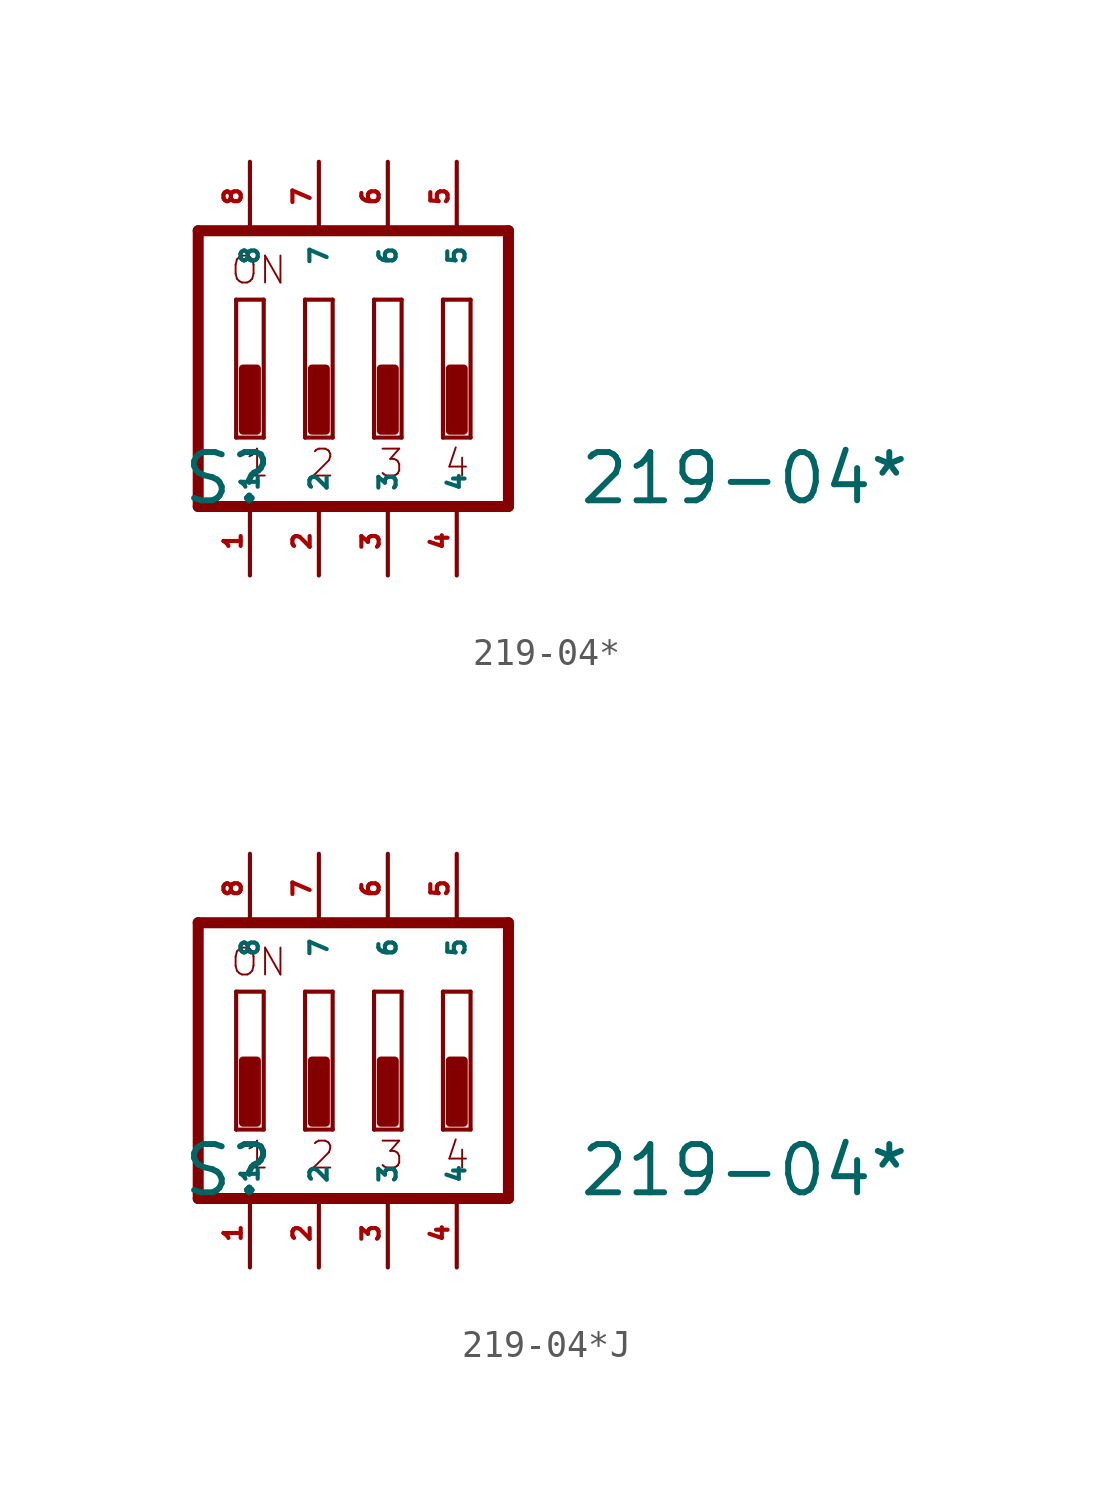
<source format=kicad_sym>
(kicad_symbol_lib
  (version 20220914)
  (generator Eagle2Kicad)
  (symbol "219-04*"
    (property "Reference" "S"
      (at -5.08 -5.08 0)
      (effects (font (size 1.778 1.778) (thickness 0.22)) (justify left bottom)))
    (property "Value" "219-04*"
      (at 9.525 -5.08 0)
      (effects (font (size 1.778 1.778) (thickness 0.22)) (justify left bottom)))
    (polyline
      (pts (xy 6.985 5.08) (xy -4.445 5.08))
      (stroke (width 0.406) (type default))
      (fill (type none)))
    (polyline
      (pts (xy -4.445 5.08) (xy -4.445 -5.08))
      (stroke (width 0.406) (type default))
      (fill (type none)))
    (polyline
      (pts (xy -4.445 -5.08) (xy 6.985 -5.08))
      (stroke (width 0.406) (type default))
      (fill (type none)))
    (polyline
      (pts (xy 6.985 -5.08) (xy 6.985 5.08))
      (stroke (width 0.406) (type default))
      (fill (type none)))
    (polyline
      (pts (xy -2.032 -2.54) (xy -3.048 -2.54))
      (stroke (width 0.152) (type default))
      (fill (type none)))
    (polyline
      (pts (xy -3.048 2.54) (xy -2.032 2.54))
      (stroke (width 0.152) (type default))
      (fill (type none)))
    (polyline
      (pts (xy -2.032 2.54) (xy -2.032 -2.54))
      (stroke (width 0.152) (type default))
      (fill (type none)))
    (polyline
      (pts (xy -3.048 -2.54) (xy -3.048 2.54))
      (stroke (width 0.152) (type default))
      (fill (type none)))
    (polyline
      (pts (xy 0.508 -2.54) (xy -0.508 -2.54))
      (stroke (width 0.152) (type default))
      (fill (type none)))
    (polyline
      (pts (xy -0.508 2.54) (xy 0.508 2.54))
      (stroke (width 0.152) (type default))
      (fill (type none)))
    (polyline
      (pts (xy 0.508 2.54) (xy 0.508 -2.54))
      (stroke (width 0.152) (type default))
      (fill (type none)))
    (polyline
      (pts (xy -0.508 -2.54) (xy -0.508 2.54))
      (stroke (width 0.152) (type default))
      (fill (type none)))
    (polyline
      (pts (xy 3.048 -2.54) (xy 2.032 -2.54))
      (stroke (width 0.152) (type default))
      (fill (type none)))
    (polyline
      (pts (xy 2.032 2.54) (xy 3.048 2.54))
      (stroke (width 0.152) (type default))
      (fill (type none)))
    (polyline
      (pts (xy 3.048 2.54) (xy 3.048 -2.54))
      (stroke (width 0.152) (type default))
      (fill (type none)))
    (polyline
      (pts (xy 2.032 -2.54) (xy 2.032 2.54))
      (stroke (width 0.152) (type default))
      (fill (type none)))
    (polyline
      (pts (xy 5.588 -2.54) (xy 4.572 -2.54))
      (stroke (width 0.152) (type default))
      (fill (type none)))
    (polyline
      (pts (xy 4.572 2.54) (xy 5.588 2.54))
      (stroke (width 0.152) (type default))
      (fill (type none)))
    (polyline
      (pts (xy 5.588 2.54) (xy 5.588 -2.54))
      (stroke (width 0.152) (type default))
      (fill (type none)))
    (polyline
      (pts (xy 4.572 -2.54) (xy 4.572 2.54))
      (stroke (width 0.152) (type default))
      (fill (type none)))
    (text "1"
      (at -2.794 -4.064 0)
      (effects (font (size 0.991 0.991) (thickness 0.07)) (justify left bottom)))
    (text "2"
      (at -0.381 -4.064 0)
      (effects (font (size 0.991 0.991) (thickness 0.07)) (justify left bottom)))
    (text "3"
      (at 2.159 -4.064 0)
      (effects (font (size 0.991 0.991) (thickness 0.07)) (justify left bottom)))
    (text "4"
      (at 4.572 -4.064 0)
      (effects (font (size 0.991 0.991) (thickness 0.07)) (justify left bottom)))
    (text "ON"
      (at -3.302 3.048 0)
      (effects (font (size 0.991 0.991) (thickness 0.07)) (justify left bottom)))
    (rectangle
      (start -2.794 -2.286)
      (end -2.286 0)
      (stroke (width 0.3) (type default))
      (fill (type outline)))
    (rectangle
      (start -0.254 -2.286)
      (end 0.254 0)
      (stroke (width 0.3) (type default))
      (fill (type outline)))
    (rectangle
      (start 2.286 -2.286)
      (end 2.794 0)
      (stroke (width 0.3) (type default))
      (fill (type outline)))
    (rectangle
      (start 4.826 -2.286)
      (end 5.334 0)
      (stroke (width 0.3) (type default))
      (fill (type outline)))
    (pin passive line
      (at 5.08 7.62 270)
      (length 2.54)
      (name "5" (effects (font (size 0.635 0.635) (thickness 0.08)) (justify left bottom)))
      (number "5" (effects (font (size 0.635 0.635) (thickness 0.08)) (justify left bottom))))
    (pin passive line
      (at 2.54 7.62 270)
      (length 2.54)
      (name "6" (effects (font (size 0.635 0.635) (thickness 0.08)) (justify left bottom)))
      (number "6" (effects (font (size 0.635 0.635) (thickness 0.08)) (justify left bottom))))
    (pin passive line
      (at 0 7.62 270)
      (length 2.54)
      (name "7" (effects (font (size 0.635 0.635) (thickness 0.08)) (justify left bottom)))
      (number "7" (effects (font (size 0.635 0.635) (thickness 0.08)) (justify left bottom))))
    (pin passive line
      (at -2.54 7.62 270)
      (length 2.54)
      (name "8" (effects (font (size 0.635 0.635) (thickness 0.08)) (justify left bottom)))
      (number "8" (effects (font (size 0.635 0.635) (thickness 0.08)) (justify left bottom))))
    (pin passive line
      (at -2.54 -7.62 90)
      (length 2.54)
      (name "1" (effects (font (size 0.635 0.635) (thickness 0.08)) (justify left bottom)))
      (number "1" (effects (font (size 0.635 0.635) (thickness 0.08)) (justify left bottom))))
    (pin passive line
      (at 0 -7.62 90)
      (length 2.54)
      (name "2" (effects (font (size 0.635 0.635) (thickness 0.08)) (justify left bottom)))
      (number "2" (effects (font (size 0.635 0.635) (thickness 0.08)) (justify left bottom))))
    (pin passive line
      (at 2.54 -7.62 90)
      (length 2.54)
      (name "3" (effects (font (size 0.635 0.635) (thickness 0.08)) (justify left bottom)))
      (number "3" (effects (font (size 0.635 0.635) (thickness 0.08)) (justify left bottom))))
    (pin passive line
      (at 5.08 -7.62 90)
      (length 2.54)
      (name "4" (effects (font (size 0.635 0.635) (thickness 0.08)) (justify left bottom)))
      (number "4" (effects (font (size 0.635 0.635) (thickness 0.08)) (justify left bottom)))))
  (symbol "219-04*J"
    (property "Reference" "S"
      (at -5.08 -5.08 0)
      (effects (font (size 1.778 1.778) (thickness 0.22)) (justify left bottom)))
    (property "Value" "219-04*"
      (at 9.525 -5.08 0)
      (effects (font (size 1.778 1.778) (thickness 0.22)) (justify left bottom)))
    (polyline
      (pts (xy 6.985 5.08) (xy -4.445 5.08))
      (stroke (width 0.406) (type default))
      (fill (type none)))
    (polyline
      (pts (xy -4.445 5.08) (xy -4.445 -5.08))
      (stroke (width 0.406) (type default))
      (fill (type none)))
    (polyline
      (pts (xy -4.445 -5.08) (xy 6.985 -5.08))
      (stroke (width 0.406) (type default))
      (fill (type none)))
    (polyline
      (pts (xy 6.985 -5.08) (xy 6.985 5.08))
      (stroke (width 0.406) (type default))
      (fill (type none)))
    (polyline
      (pts (xy -2.032 -2.54) (xy -3.048 -2.54))
      (stroke (width 0.152) (type default))
      (fill (type none)))
    (polyline
      (pts (xy -3.048 2.54) (xy -2.032 2.54))
      (stroke (width 0.152) (type default))
      (fill (type none)))
    (polyline
      (pts (xy -2.032 2.54) (xy -2.032 -2.54))
      (stroke (width 0.152) (type default))
      (fill (type none)))
    (polyline
      (pts (xy -3.048 -2.54) (xy -3.048 2.54))
      (stroke (width 0.152) (type default))
      (fill (type none)))
    (polyline
      (pts (xy 0.508 -2.54) (xy -0.508 -2.54))
      (stroke (width 0.152) (type default))
      (fill (type none)))
    (polyline
      (pts (xy -0.508 2.54) (xy 0.508 2.54))
      (stroke (width 0.152) (type default))
      (fill (type none)))
    (polyline
      (pts (xy 0.508 2.54) (xy 0.508 -2.54))
      (stroke (width 0.152) (type default))
      (fill (type none)))
    (polyline
      (pts (xy -0.508 -2.54) (xy -0.508 2.54))
      (stroke (width 0.152) (type default))
      (fill (type none)))
    (polyline
      (pts (xy 3.048 -2.54) (xy 2.032 -2.54))
      (stroke (width 0.152) (type default))
      (fill (type none)))
    (polyline
      (pts (xy 2.032 2.54) (xy 3.048 2.54))
      (stroke (width 0.152) (type default))
      (fill (type none)))
    (polyline
      (pts (xy 3.048 2.54) (xy 3.048 -2.54))
      (stroke (width 0.152) (type default))
      (fill (type none)))
    (polyline
      (pts (xy 2.032 -2.54) (xy 2.032 2.54))
      (stroke (width 0.152) (type default))
      (fill (type none)))
    (polyline
      (pts (xy 5.588 -2.54) (xy 4.572 -2.54))
      (stroke (width 0.152) (type default))
      (fill (type none)))
    (polyline
      (pts (xy 4.572 2.54) (xy 5.588 2.54))
      (stroke (width 0.152) (type default))
      (fill (type none)))
    (polyline
      (pts (xy 5.588 2.54) (xy 5.588 -2.54))
      (stroke (width 0.152) (type default))
      (fill (type none)))
    (polyline
      (pts (xy 4.572 -2.54) (xy 4.572 2.54))
      (stroke (width 0.152) (type default))
      (fill (type none)))
    (text "1"
      (at -2.794 -4.064 0)
      (effects (font (size 0.991 0.991) (thickness 0.07)) (justify left bottom)))
    (text "2"
      (at -0.381 -4.064 0)
      (effects (font (size 0.991 0.991) (thickness 0.07)) (justify left bottom)))
    (text "3"
      (at 2.159 -4.064 0)
      (effects (font (size 0.991 0.991) (thickness 0.07)) (justify left bottom)))
    (text "4"
      (at 4.572 -4.064 0)
      (effects (font (size 0.991 0.991) (thickness 0.07)) (justify left bottom)))
    (text "ON"
      (at -3.302 3.048 0)
      (effects (font (size 0.991 0.991) (thickness 0.07)) (justify left bottom)))
    (rectangle
      (start -2.794 -2.286)
      (end -2.286 0)
      (stroke (width 0.3) (type default))
      (fill (type outline)))
    (rectangle
      (start -0.254 -2.286)
      (end 0.254 0)
      (stroke (width 0.3) (type default))
      (fill (type outline)))
    (rectangle
      (start 2.286 -2.286)
      (end 2.794 0)
      (stroke (width 0.3) (type default))
      (fill (type outline)))
    (rectangle
      (start 4.826 -2.286)
      (end 5.334 0)
      (stroke (width 0.3) (type default))
      (fill (type outline)))
    (pin passive line
      (at 5.08 7.62 270)
      (length 2.54)
      (name "5" (effects (font (size 0.635 0.635) (thickness 0.08)) (justify left bottom)))
      (number "5" (effects (font (size 0.635 0.635) (thickness 0.08)) (justify left bottom))))
    (pin passive line
      (at 2.54 7.62 270)
      (length 2.54)
      (name "6" (effects (font (size 0.635 0.635) (thickness 0.08)) (justify left bottom)))
      (number "6" (effects (font (size 0.635 0.635) (thickness 0.08)) (justify left bottom))))
    (pin passive line
      (at 0 7.62 270)
      (length 2.54)
      (name "7" (effects (font (size 0.635 0.635) (thickness 0.08)) (justify left bottom)))
      (number "7" (effects (font (size 0.635 0.635) (thickness 0.08)) (justify left bottom))))
    (pin passive line
      (at -2.54 7.62 270)
      (length 2.54)
      (name "8" (effects (font (size 0.635 0.635) (thickness 0.08)) (justify left bottom)))
      (number "8" (effects (font (size 0.635 0.635) (thickness 0.08)) (justify left bottom))))
    (pin passive line
      (at -2.54 -7.62 90)
      (length 2.54)
      (name "1" (effects (font (size 0.635 0.635) (thickness 0.08)) (justify left bottom)))
      (number "1" (effects (font (size 0.635 0.635) (thickness 0.08)) (justify left bottom))))
    (pin passive line
      (at 0 -7.62 90)
      (length 2.54)
      (name "2" (effects (font (size 0.635 0.635) (thickness 0.08)) (justify left bottom)))
      (number "2" (effects (font (size 0.635 0.635) (thickness 0.08)) (justify left bottom))))
    (pin passive line
      (at 2.54 -7.62 90)
      (length 2.54)
      (name "3" (effects (font (size 0.635 0.635) (thickness 0.08)) (justify left bottom)))
      (number "3" (effects (font (size 0.635 0.635) (thickness 0.08)) (justify left bottom))))
    (pin passive line
      (at 5.08 -7.62 90)
      (length 2.54)
      (name "4" (effects (font (size 0.635 0.635) (thickness 0.08)) (justify left bottom)))
      (number "4" (effects (font (size 0.635 0.635) (thickness 0.08)) (justify left bottom))))))
</source>
